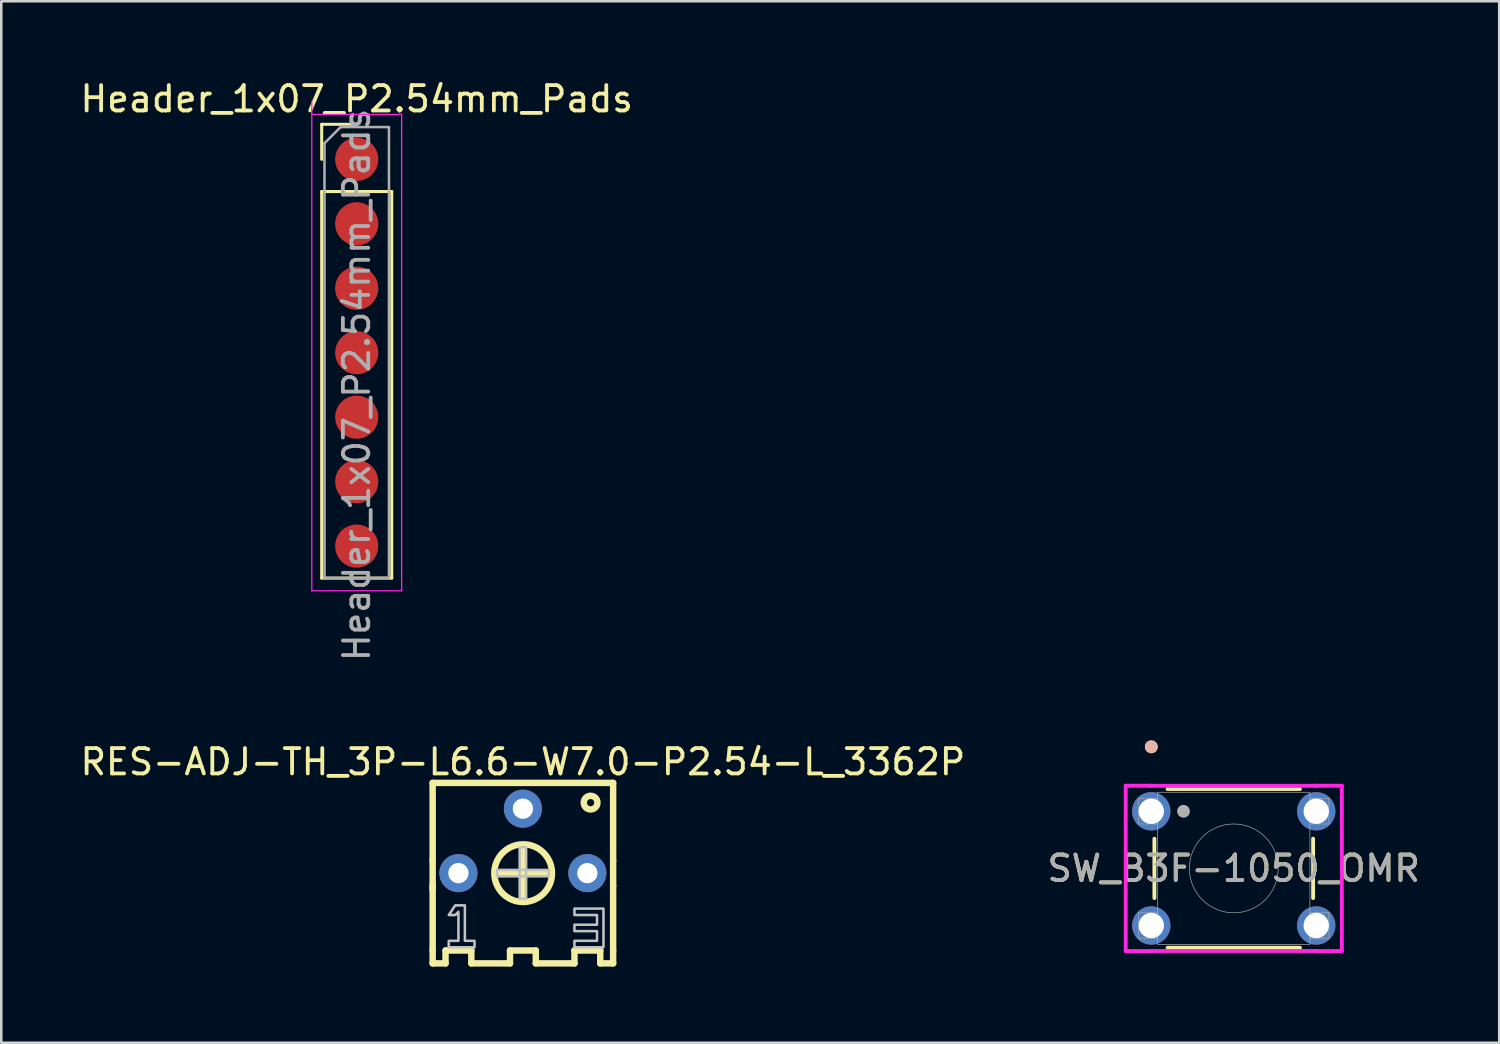
<source format=kicad_pcb>
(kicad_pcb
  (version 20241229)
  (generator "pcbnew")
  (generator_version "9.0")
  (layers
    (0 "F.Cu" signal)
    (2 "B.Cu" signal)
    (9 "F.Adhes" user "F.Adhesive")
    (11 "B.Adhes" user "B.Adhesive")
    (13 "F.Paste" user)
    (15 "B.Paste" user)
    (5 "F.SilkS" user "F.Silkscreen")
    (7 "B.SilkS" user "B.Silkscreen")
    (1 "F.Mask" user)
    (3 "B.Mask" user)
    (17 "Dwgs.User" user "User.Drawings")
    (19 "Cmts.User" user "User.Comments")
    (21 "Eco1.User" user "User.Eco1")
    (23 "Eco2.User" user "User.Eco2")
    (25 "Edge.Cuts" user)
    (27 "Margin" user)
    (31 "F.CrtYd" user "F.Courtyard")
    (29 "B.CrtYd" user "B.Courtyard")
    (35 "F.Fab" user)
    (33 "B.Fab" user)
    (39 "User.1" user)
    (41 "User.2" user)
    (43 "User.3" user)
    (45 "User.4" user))
  (footprint "SW_B3F-1050_OMR"
    (layer "F.Cu")
    (at 42.315 28.918)
    (property "Reference" "SW_B3F-1050_OMR" (at 3.25 2.25 0) (unlocked yes) (layer "F.SilkS") (effects (font (size 1 1) (thickness 0.15))))
    (attr through_hole)
    (fp_line (start 0.123 1.08) (end 0.123 3.42) (stroke (width 0.152) (type solid)) (layer "F.SilkS"))
    (fp_line (start 0.642 5.377) (end 5.858 5.377) (stroke (width 0.152) (type solid)) (layer "F.SilkS"))
    (fp_line (start 5.858 -0.877) (end 0.642 -0.877) (stroke (width 0.152) (type solid)) (layer "F.SilkS"))
    (fp_line (start 6.377 3.42) (end 6.377 1.08) (stroke (width 0.152) (type solid)) (layer "F.SilkS"))
    (fp_circle (center 0 -2.54) (end 0.127 -2.54) (stroke (width 0.254) (type solid)) (fill no) (layer "F.SilkS"))
    (fp_circle (center 0 -2.54) (end 0.127 -2.54) (stroke (width 0.254) (type solid)) (fill no) (layer "B.SilkS"))
    (fp_line (start -1.008 -1.008) (end -0.004 -1.008) (stroke (width 0.152) (type solid)) (layer "F.CrtYd"))
    (fp_line (start -1.008 5.508) (end -1.008 -1.008) (stroke (width 0.152) (type solid)) (layer "F.CrtYd"))
    (fp_line (start -1.008 5.508) (end -0.004 5.508) (stroke (width 0.152) (type solid)) (layer "F.CrtYd"))
    (fp_line (start -0.004 -1.008) (end -0.004 -1.004) (stroke (width 0.152) (type solid)) (layer "F.CrtYd"))
    (fp_line (start -0.004 -1.004) (end 6.504 -1.004) (stroke (width 0.152) (type solid)) (layer "F.CrtYd"))
    (fp_line (start -0.004 5.504) (end -0.004 5.508) (stroke (width 0.152) (type solid)) (layer "F.CrtYd"))
    (fp_line (start 6.504 -1.004) (end 6.504 -1.008) (stroke (width 0.152) (type solid)) (layer "F.CrtYd"))
    (fp_line (start 6.504 5.504) (end -0.004 5.504) (stroke (width 0.152) (type solid)) (layer "F.CrtYd"))
    (fp_line (start 6.504 5.508) (end 6.504 5.504) (stroke (width 0.152) (type solid)) (layer "F.CrtYd"))
    (fp_line (start 7.508 -1.008) (end 6.504 -1.008) (stroke (width 0.152) (type solid)) (layer "F.CrtYd"))
    (fp_line (start 7.508 -1.008) (end 7.508 5.508) (stroke (width 0.152) (type solid)) (layer "F.CrtYd"))
    (fp_line (start 7.508 5.508) (end 6.504 5.508) (stroke (width 0.152) (type solid)) (layer "F.CrtYd"))
    (fp_line (start -0.5 -0.5) (end -0.5 0.5) (stroke (width 0.025) (type solid)) (layer "F.Fab"))
    (fp_line (start -0.5 0.5) (end 0.25 0.5) (stroke (width 0.025) (type solid)) (layer "F.Fab"))
    (fp_line (start -0.5 4) (end -0.5 5) (stroke (width 0.025) (type solid)) (layer "F.Fab"))
    (fp_line (start -0.5 5) (end 0.25 5) (stroke (width 0.025) (type solid)) (layer "F.Fab"))
    (fp_line (start 0.25 -0.75) (end 0.25 5.25) (stroke (width 0.025) (type solid)) (layer "F.Fab"))
    (fp_line (start 0.25 5.25) (end 6.25 5.25) (stroke (width 0.025) (type solid)) (layer "F.Fab"))
    (fp_line (start 0.25 -0.5) (end -0.5 -0.5) (stroke (width 0.025) (type solid)) (layer "F.Fab"))
    (fp_line (start 0.25 0.5) (end 0.25 -0.5) (stroke (width 0.025) (type solid)) (layer "F.Fab"))
    (fp_line (start 0.25 4) (end -0.5 4) (stroke (width 0.025) (type solid)) (layer "F.Fab"))
    (fp_line (start 0.25 5) (end 0.25 4) (stroke (width 0.025) (type solid)) (layer "F.Fab"))
    (fp_line (start 6.25 -0.5) (end 6.25 0.5) (stroke (width 0.025) (type solid)) (layer "F.Fab"))
    (fp_line (start 6.25 0.5) (end 7 0.5) (stroke (width 0.025) (type solid)) (layer "F.Fab"))
    (fp_line (start 6.25 4) (end 6.25 5) (stroke (width 0.025) (type solid)) (layer "F.Fab"))
    (fp_line (start 6.25 5) (end 7 5) (stroke (width 0.025) (type solid)) (layer "F.Fab"))
    (fp_line (start 6.25 -0.75) (end 0.25 -0.75) (stroke (width 0.025) (type solid)) (layer "F.Fab"))
    (fp_line (start 6.25 5.25) (end 6.25 -0.75) (stroke (width 0.025) (type solid)) (layer "F.Fab"))
    (fp_line (start 7 -0.5) (end 6.25 -0.5) (stroke (width 0.025) (type solid)) (layer "F.Fab"))
    (fp_line (start 7 0.5) (end 7 -0.5) (stroke (width 0.025) (type solid)) (layer "F.Fab"))
    (fp_line (start 7 4) (end 6.25 4) (stroke (width 0.025) (type solid)) (layer "F.Fab"))
    (fp_line (start 7 5) (end 7 4) (stroke (width 0.025) (type solid)) (layer "F.Fab"))
    (fp_circle (center 1.27 0) (end 1.397 0) (stroke (width 0.254) (type solid)) (fill no) (layer "F.Fab"))
    (fp_circle (center 3.25 2.25) (end 5 2.25) (stroke (width 0.025) (type solid)) (fill no) (layer "F.Fab"))
    (fp_text user "${REFERENCE}" (at 3.25 2.25 0) (unlocked yes) (layer "F.Fab") (effects (font (size 1 1) (thickness 0.15))))
    (pad "1" thru_hole circle (at 0 0) (size 1.508 1.508) (drill 1) (layers "*.Cu" "*.Mask"))
    (pad "1" thru_hole circle (at 6.5 0) (size 1.508 1.508) (drill 1) (layers "*.Cu" "*.Mask"))
    (pad "2" thru_hole circle (at 0 4.5) (size 1.508 1.508) (drill 1) (layers "*.Cu" "*.Mask"))
    (pad "2" thru_hole circle (at 6.5 4.5) (size 1.508 1.508) (drill 1) (layers "*.Cu" "*.Mask")))
  (footprint "RES-ADJ-TH_3P-L6.6-W7.0-P2.54-L_3362P"
    (layer "F.Cu")
    (at 17.554 30.085)
    (property "Reference" "RES-ADJ-TH_3P-L6.6-W7.0-P2.54-L_3362P" (at 0 -3.113 0) (layer "F.SilkS") (effects (font (size 1 1) (thickness 0.15))))
    (fp_line (start -3.556 -2.286) (end -3.556 0.776) (stroke (width 0.254) (type default)) (layer "F.SilkS"))
    (fp_line (start -3.556 -2.286) (end 3.556 -2.286) (stroke (width 0.254) (type default)) (layer "F.SilkS"))
    (fp_line (start -3.556 0.776) (end -3.556 1.905) (stroke (width 0.254) (type default)) (layer "F.SilkS"))
    (fp_line (start -3.556 1.764) (end -3.556 4.318) (stroke (width 0.254) (type default)) (layer "F.SilkS"))
    (fp_line (start -3.556 4.826) (end -3.556 4.318) (stroke (width 0.254) (type default)) (layer "F.SilkS"))
    (fp_line (start -3.048 4.318) (end -3.048 4.826) (stroke (width 0.254) (type default)) (layer "F.SilkS"))
    (fp_line (start -3.048 4.826) (end -3.556 4.826) (stroke (width 0.254) (type default)) (layer "F.SilkS"))
    (fp_line (start -2.032 4.318) (end -3.048 4.318) (stroke (width 0.254) (type default)) (layer "F.SilkS"))
    (fp_line (start -2.032 4.826) (end -2.032 4.318) (stroke (width 0.254) (type default)) (layer "F.SilkS"))
    (fp_line (start -0.508 4.318) (end -0.508 4.826) (stroke (width 0.254) (type default)) (layer "F.SilkS"))
    (fp_line (start -0.508 4.826) (end -2.032 4.826) (stroke (width 0.254) (type default)) (layer "F.SilkS"))
    (fp_line (start 0 2.286) (end 0 0.254) (stroke (width 0.254) (type default)) (layer "F.SilkS"))
    (fp_line (start 0.508 4.318) (end -0.508 4.318) (stroke (width 0.254) (type default)) (layer "F.SilkS"))
    (fp_line (start 0.508 4.826) (end 0.508 4.318) (stroke (width 0.254) (type default)) (layer "F.SilkS"))
    (fp_line (start 1.016 1.27) (end -1.016 1.27) (stroke (width 0.254) (type default)) (layer "F.SilkS"))
    (fp_line (start 2.032 4.318) (end 2.032 4.826) (stroke (width 0.254) (type default)) (layer "F.SilkS"))
    (fp_line (start 2.032 4.826) (end 0.508 4.826) (stroke (width 0.254) (type default)) (layer "F.SilkS"))
    (fp_line (start 3.048 4.318) (end 2.032 4.318) (stroke (width 0.254) (type default)) (layer "F.SilkS"))
    (fp_line (start 3.048 4.826) (end 3.048 4.318) (stroke (width 0.254) (type default)) (layer "F.SilkS"))
    (fp_line (start 3.556 -2.286) (end 3.556 0.776) (stroke (width 0.254) (type default)) (layer "F.SilkS"))
    (fp_line (start 3.556 0.776) (end 3.556 1.764) (stroke (width 0.254) (type default)) (layer "F.SilkS"))
    (fp_line (start 3.556 1.764) (end 3.556 4.318) (stroke (width 0.254) (type default)) (layer "F.SilkS"))
    (fp_line (start 3.556 4.318) (end 3.556 4.826) (stroke (width 0.254) (type default)) (layer "F.SilkS"))
    (fp_line (start 3.556 4.826) (end 3.048 4.826) (stroke (width 0.254) (type default)) (layer "F.SilkS"))
    (fp_arc (start 0.0205 0.1345) (mid 0.00975 2.406548) (end 0 0.1345) (stroke (width 0.254) (type default)) (layer "F.SilkS"))
    (fp_arc (start 2.6695 -1.778) (mid 2.66875 -1.238998) (end 2.667 -1.778) (stroke (width 0.254) (type default)) (layer "F.SilkS"))
    (fp_poly (pts (xy -1.016 1.143) (xy -1.016 1.397) (xy 1.016 1.397) (xy 1.016 1.143)) (stroke (width 0.1) (type default)) (fill no) (layer "Dwgs.User"))
    (fp_poly (pts (xy -0.127 2.286) (xy 0.127 2.286) (xy 0.127 0.254) (xy -0.127 0.254)) (stroke (width 0.1) (type default)) (fill no) (layer "Dwgs.User"))
    (fp_poly (pts (xy -2.667 2.921) (xy -2.921 2.921) (xy -2.667 2.54) (xy -2.286 2.54) (xy -2.286 3.937) (xy -1.905 3.937) (xy -1.905 4.191) (xy -2.921 4.191) (xy -2.921 3.937) (xy -2.54 3.937) (xy -2.54 2.794)) (stroke (width 0.1) (type default)) (fill no) (layer "Dwgs.User"))
    (fp_poly (pts (xy 2.032 2.667) (xy 3.175 2.667) (xy 3.175 4.064) (xy 3.175 4.191) (xy 3.048 4.191) (xy 2.032 4.191) (xy 2.032 3.937) (xy 2.921 3.937) (xy 2.921 3.556) (xy 2.032 3.556) (xy 2.032 3.302) (xy 2.921 3.302) (xy 2.921 2.921) (xy 2.032 2.921)) (stroke (width 0.1) (type default)) (fill no) (layer "Dwgs.User"))
    (fp_poly (pts (xy -2.314 1.225) (xy -2.349 1.142) (xy -2.412 1.079) (xy -2.495 1.044) (xy -2.585 1.044) (xy -2.668 1.079) (xy -2.731 1.142) (xy -2.766 1.225) (xy -2.766 1.315) (xy -2.731 1.398) (xy -2.668 1.461) (xy -2.585 1.496) (xy -2.495 1.496) (xy -2.412 1.461) (xy -2.349 1.398) (xy -2.314 1.315)) (stroke (width 0.1) (type default)) (fill no) (layer "User.1"))
    (fp_poly (pts (xy 0.226 -1.315) (xy 0.191 -1.398) (xy 0.128 -1.461) (xy 0.045 -1.496) (xy -0.045 -1.496) (xy -0.128 -1.461) (xy -0.191 -1.398) (xy -0.226 -1.315) (xy -0.226 -1.225) (xy -0.191 -1.142) (xy -0.128 -1.079) (xy -0.045 -1.044) (xy 0.045 -1.044) (xy 0.128 -1.079) (xy 0.191 -1.142) (xy 0.226 -1.225)) (stroke (width 0.1) (type default)) (fill no) (layer "User.1"))
    (fp_poly (pts (xy 2.766 1.225) (xy 2.731 1.142) (xy 2.668 1.079) (xy 2.585 1.044) (xy 2.495 1.044) (xy 2.412 1.079) (xy 2.349 1.142) (xy 2.314 1.225) (xy 2.314 1.315) (xy 2.349 1.398) (xy 2.412 1.461) (xy 2.495 1.496) (xy 2.585 1.496) (xy 2.668 1.461) (xy 2.731 1.398) (xy 2.766 1.315)) (stroke (width 0.1) (type default)) (fill no) (layer "User.1"))
    (fp_line (start -3.3 -2.237) (end 3.3 -2.237) (stroke (width 0.051) (type default)) (layer "User.2"))
    (fp_line (start -3.3 4.763) (end -3.3 -2.237) (stroke (width 0.051) (type default)) (layer "User.2"))
    (fp_line (start 3.3 -2.237) (end 3.3 4.763) (stroke (width 0.051) (type default)) (layer "User.2"))
    (fp_line (start 3.3 4.763) (end -3.3 4.763) (stroke (width 0.051) (type default)) (layer "User.2"))
    (fp_poly (pts (xy -3.245 4.74) (xy -3.277 4.707) (xy -3.323 4.707) (xy -3.355 4.74) (xy -3.355 4.785) (xy -3.323 4.818) (xy -3.277 4.818) (xy -3.245 4.785)) (stroke (width 0.1) (type default)) (fill no) (layer "User.3"))
    (pad "1" thru_hole circle (at -2.54 1.27) (size 1.5 1.5) (drill 0.8) (layers "*.Cu" "*.Mask"))
    (pad "2" thru_hole circle (at 0 -1.27) (size 1.5 1.5) (drill 0.8) (layers "*.Cu" "*.Mask"))
    (pad "3" thru_hole circle (at 2.54 1.27) (size 1.5 1.5) (drill 0.8) (layers "*.Cu" "*.Mask")))
  (footprint "Header_1x07_P2.54mm_Pads"
    (layer "F.Cu")
    (at 11.006 3.228)
    (property "Reference" "Header_1x07_P2.54mm_Pads" (at 0 -2.38 0) (layer "F.SilkS") (effects (font (size 1 1) (thickness 0.15))))
    (attr through_hole)
    (fp_line (start -1.38 -1.38) (end 0 -1.38) (stroke (width 0.12) (type solid)) (layer "F.SilkS"))
    (fp_line (start -1.38 0) (end -1.38 -1.38) (stroke (width 0.12) (type solid)) (layer "F.SilkS"))
    (fp_line (start -1.38 1.27) (end -1.38 16.5) (stroke (width 0.12) (type solid)) (layer "F.SilkS"))
    (fp_line (start -1.38 1.27) (end 1.38 1.27) (stroke (width 0.12) (type solid)) (layer "F.SilkS"))
    (fp_line (start -1.38 16.5) (end 1.38 16.5) (stroke (width 0.12) (type solid)) (layer "F.SilkS"))
    (fp_line (start 1.38 1.27) (end 1.38 16.5) (stroke (width 0.12) (type solid)) (layer "F.SilkS"))
    (fp_line (start -1.77 -2.27) (end -1.77 17) (stroke (width 0.05) (type solid)) (layer "F.CrtYd"))
    (fp_line (start -1.77 17) (end 1.77 17) (stroke (width 0.05) (type solid)) (layer "F.CrtYd"))
    (fp_line (start 1.77 -1.77) (end -1.77 -1.77) (stroke (width 0.05) (type solid)) (layer "F.CrtYd"))
    (fp_line (start 1.77 17) (end 1.77 -1.77) (stroke (width 0.05) (type solid)) (layer "F.CrtYd"))
    (fp_line (start -1.27 -0.635) (end -0.635 -1.27) (stroke (width 0.1) (type solid)) (layer "F.Fab"))
    (fp_line (start -1.27 16.5) (end -1.27 -0.635) (stroke (width 0.1) (type solid)) (layer "F.Fab"))
    (fp_line (start -0.635 -1.27) (end 1.27 -1.27) (stroke (width 0.1) (type solid)) (layer "F.Fab"))
    (fp_line (start 1.27 -1.27) (end 1.27 16.5) (stroke (width 0.1) (type solid)) (layer "F.Fab"))
    (fp_line (start 1.27 16.5) (end -1.27 16.5) (stroke (width 0.1) (type solid)) (layer "F.Fab"))
    (fp_text user "${REFERENCE}" (at 0 8.89 90) (layer "F.Fab") (effects (font (size 1 1) (thickness 0.15))))
    (pad "1" smd circle (at 0 0) (size 1.7 1.7) (layers "F.Cu" "F.Mask" "F.Paste"))
    (pad "2" smd circle (at 0 2.54) (size 1.7 1.7) (layers "F.Cu" "F.Mask" "F.Paste"))
    (pad "3" smd circle (at 0 5.08) (size 1.7 1.7) (layers "F.Cu" "F.Mask" "F.Paste"))
    (pad "4" smd circle (at 0 7.62) (size 1.7 1.7) (layers "F.Cu" "F.Mask" "F.Paste"))
    (pad "5" smd circle (at 0 10.16) (size 1.7 1.7) (layers "F.Cu" "F.Mask" "F.Paste"))
    (pad "6" smd circle (at 0 12.7) (size 1.7 1.7) (layers "F.Cu" "F.Mask" "F.Paste"))
    (pad "7" smd circle (at 0 15.24) (size 1.7 1.7) (layers "F.Cu" "F.Mask" "F.Paste")))
  (gr_rect
    (start -3 -3)
    (end 56.024 38.038)
    (stroke (width 0.1) (type default))
    (fill no)
    (layer "Edge.Cuts")))
</source>
